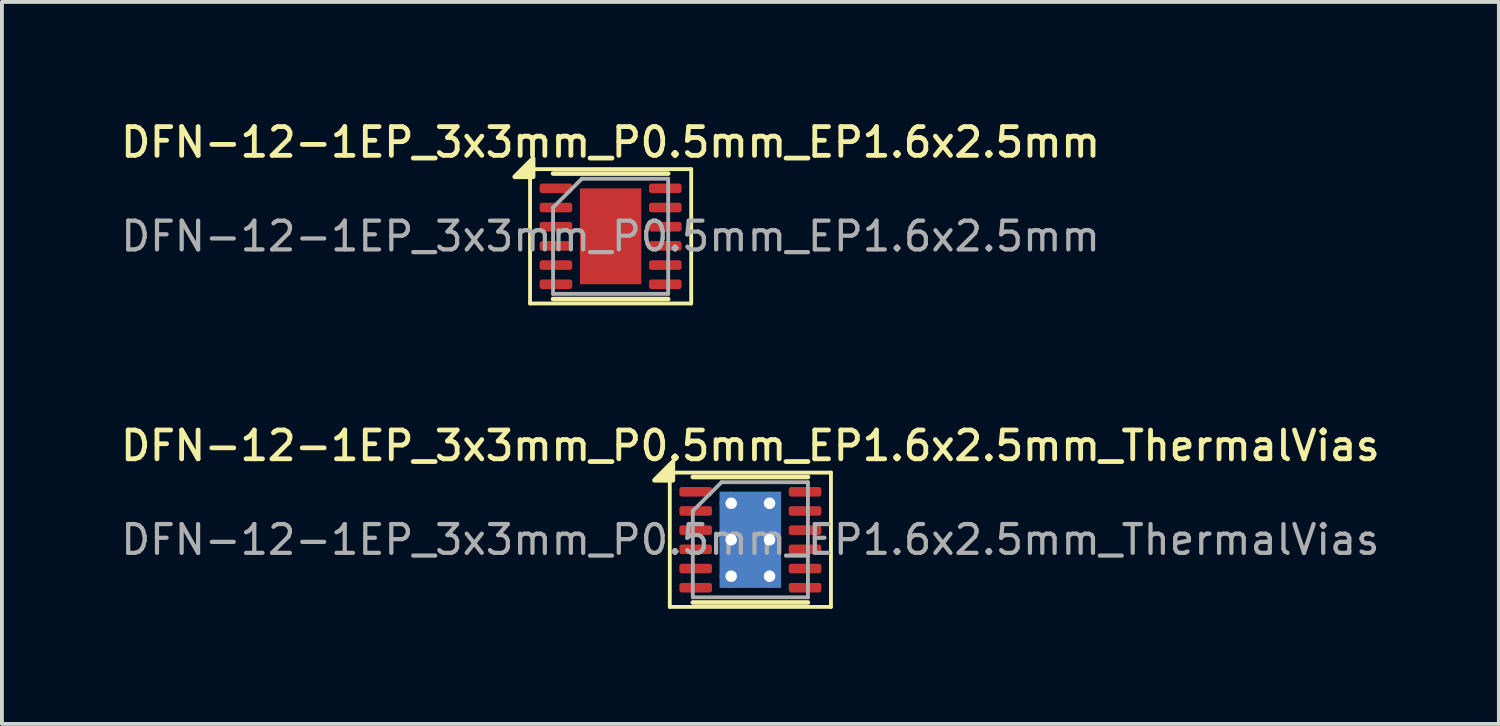
<source format=kicad_pcb>
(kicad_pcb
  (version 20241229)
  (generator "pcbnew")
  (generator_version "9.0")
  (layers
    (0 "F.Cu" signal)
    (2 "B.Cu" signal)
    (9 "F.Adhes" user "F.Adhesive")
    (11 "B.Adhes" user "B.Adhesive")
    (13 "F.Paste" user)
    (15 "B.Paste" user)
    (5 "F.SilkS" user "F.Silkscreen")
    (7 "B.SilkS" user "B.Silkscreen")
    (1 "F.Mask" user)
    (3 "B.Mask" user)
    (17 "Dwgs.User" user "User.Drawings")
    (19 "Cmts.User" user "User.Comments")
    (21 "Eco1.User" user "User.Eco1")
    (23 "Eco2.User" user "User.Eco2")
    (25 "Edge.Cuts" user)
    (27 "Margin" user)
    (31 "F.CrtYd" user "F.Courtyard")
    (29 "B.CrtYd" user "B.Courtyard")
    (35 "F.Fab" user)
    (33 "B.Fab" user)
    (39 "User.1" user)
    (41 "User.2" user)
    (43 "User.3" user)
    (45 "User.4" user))
  (footprint "DFN-12-1EP_3x3mm_P0.5mm_EP1.6x2.5mm_ThermalVias"
    (layer "F.Cu")
    (at 16.505 11.016)
    (property "Reference" "DFN-12-1EP_3x3mm_P0.5mm_EP1.6x2.5mm_ThermalVias" (at 0 -2.45 0) (layer "F.SilkS") (effects (font (size 0.75 0.75) (thickness 0.125))))
    (attr smd)
    (fp_line (start -2.1 -1.75) (end -2.1 1.75) (stroke (width 0.1) (type solid)) (layer "F.SilkS"))
    (fp_line (start -2.1 1.75) (end 2.1 1.75) (stroke (width 0.1) (type solid)) (layer "F.SilkS"))
    (fp_line (start -1.5 -1.635) (end 1.5 -1.635) (stroke (width 0.12) (type solid)) (layer "F.SilkS"))
    (fp_line (start -1.5 1.635) (end 1.5 1.635) (stroke (width 0.12) (type solid)) (layer "F.SilkS"))
    (fp_line (start 2.1 -1.75) (end -2.1 -1.75) (stroke (width 0.1) (type solid)) (layer "F.SilkS"))
    (fp_line (start 2.1 1.75) (end 2.1 -1.75) (stroke (width 0.1) (type solid)) (layer "F.SilkS"))
    (fp_poly (pts (xy -2.02 -1.55) (xy -2.5 -1.55) (xy -2.02 -2.03) (xy -2.02 -1.55)) (stroke (width 0.12) (type solid)) (fill yes) (layer "F.SilkS"))
    (fp_line (start -1.5 -0.75) (end -0.75 -1.5) (stroke (width 0.1) (type solid)) (layer "F.Fab"))
    (fp_line (start -1.5 1.5) (end -1.5 -0.75) (stroke (width 0.1) (type solid)) (layer "F.Fab"))
    (fp_line (start -0.75 -1.5) (end 1.5 -1.5) (stroke (width 0.1) (type solid)) (layer "F.Fab"))
    (fp_line (start 1.5 -1.5) (end 1.5 1.5) (stroke (width 0.1) (type solid)) (layer "F.Fab"))
    (fp_line (start 1.5 1.5) (end -1.5 1.5) (stroke (width 0.1) (type solid)) (layer "F.Fab"))
    (fp_text user "${REFERENCE}" (at 0 0 0) (layer "F.Fab") (effects (font (size 0.75 0.75) (thickness 0.11))))
    (pad "" smd roundrect (at -0.4 -0.625) (size 0.64 1.01) (layers "F.Paste") (roundrect_rratio 0.25))
    (pad "" smd roundrect (at -0.4 0.625) (size 0.64 1.01) (layers "F.Paste") (roundrect_rratio 0.25))
    (pad "" smd roundrect (at 0.4 -0.625) (size 0.64 1.01) (layers "F.Paste") (roundrect_rratio 0.25))
    (pad "" smd roundrect (at 0.4 0.625) (size 0.64 1.01) (layers "F.Paste") (roundrect_rratio 0.25))
    (pad "1" smd roundrect (at -1.425 -1.25) (size 0.85 0.25) (layers "F.Cu" "F.Mask" "F.Paste") (roundrect_rratio 0.25))
    (pad "2" smd roundrect (at -1.425 -0.75) (size 0.85 0.25) (layers "F.Cu" "F.Mask" "F.Paste") (roundrect_rratio 0.25))
    (pad "3" smd roundrect (at -1.425 -0.25) (size 0.85 0.25) (layers "F.Cu" "F.Mask" "F.Paste") (roundrect_rratio 0.25))
    (pad "4" smd roundrect (at -1.425 0.25) (size 0.85 0.25) (layers "F.Cu" "F.Mask" "F.Paste") (roundrect_rratio 0.25))
    (pad "5" smd roundrect (at -1.425 0.75) (size 0.85 0.25) (layers "F.Cu" "F.Mask" "F.Paste") (roundrect_rratio 0.25))
    (pad "6" smd roundrect (at -1.425 1.25) (size 0.85 0.25) (layers "F.Cu" "F.Mask" "F.Paste") (roundrect_rratio 0.25))
    (pad "7" smd roundrect (at 1.425 1.25) (size 0.85 0.25) (layers "F.Cu" "F.Mask" "F.Paste") (roundrect_rratio 0.25))
    (pad "8" smd roundrect (at 1.425 0.75) (size 0.85 0.25) (layers "F.Cu" "F.Mask" "F.Paste") (roundrect_rratio 0.25))
    (pad "9" smd roundrect (at 1.425 0.25) (size 0.85 0.25) (layers "F.Cu" "F.Mask" "F.Paste") (roundrect_rratio 0.25))
    (pad "10" smd roundrect (at 1.425 -0.25) (size 0.85 0.25) (layers "F.Cu" "F.Mask" "F.Paste") (roundrect_rratio 0.25))
    (pad "11" smd roundrect (at 1.425 -0.75) (size 0.85 0.25) (layers "F.Cu" "F.Mask" "F.Paste") (roundrect_rratio 0.25))
    (pad "12" smd roundrect (at 1.425 -1.25) (size 0.85 0.25) (layers "F.Cu" "F.Mask" "F.Paste") (roundrect_rratio 0.25))
    (pad "13" thru_hole circle (at -0.5 -0.95) (size 0.6 0.6) (drill 0.3) (property pad_prop_heatsink) (layers "*.Cu"))
    (pad "13" thru_hole circle (at -0.5 0) (size 0.6 0.6) (drill 0.3) (property pad_prop_heatsink) (layers "*.Cu"))
    (pad "13" thru_hole circle (at -0.5 0.95) (size 0.6 0.6) (drill 0.3) (property pad_prop_heatsink) (layers "*.Cu"))
    (pad "13" smd rect (at 0 0) (size 1.6 2.5) (property pad_prop_heatsink) (layers "F.Cu" "F.Mask"))
    (pad "13" smd rect (at 0 0) (size 1.6 2.5) (property pad_prop_heatsink) (layers "B.Cu"))
    (pad "13" thru_hole circle (at 0.5 -0.95) (size 0.6 0.6) (drill 0.3) (property pad_prop_heatsink) (layers "*.Cu"))
    (pad "13" thru_hole circle (at 0.5 0) (size 0.6 0.6) (drill 0.3) (property pad_prop_heatsink) (layers "*.Cu"))
    (pad "13" thru_hole circle (at 0.5 0.95) (size 0.6 0.6) (drill 0.3) (property pad_prop_heatsink) (layers "*.Cu")))
  (footprint "DFN-12-1EP_3x3mm_P0.5mm_EP1.6x2.5mm"
    (layer "F.Cu")
    (at 12.863 3.108)
    (property "Reference" "DFN-12-1EP_3x3mm_P0.5mm_EP1.6x2.5mm" (at 0 -2.45 0) (layer "F.SilkS") (effects (font (size 0.75 0.75) (thickness 0.125))))
    (attr smd)
    (fp_line (start -2.1 -1.75) (end -2.1 1.75) (stroke (width 0.1) (type solid)) (layer "F.SilkS"))
    (fp_line (start -2.1 1.75) (end 2.1 1.75) (stroke (width 0.1) (type solid)) (layer "F.SilkS"))
    (fp_line (start -1.5 -1.635) (end 1.5 -1.635) (stroke (width 0.12) (type solid)) (layer "F.SilkS"))
    (fp_line (start -1.5 1.635) (end 1.5 1.635) (stroke (width 0.12) (type solid)) (layer "F.SilkS"))
    (fp_line (start 2.1 -1.75) (end -2.1 -1.75) (stroke (width 0.1) (type solid)) (layer "F.SilkS"))
    (fp_line (start 2.1 1.75) (end 2.1 -1.75) (stroke (width 0.1) (type solid)) (layer "F.SilkS"))
    (fp_poly (pts (xy -2.02 -1.55) (xy -2.5 -1.55) (xy -2.02 -2.03) (xy -2.02 -1.55)) (stroke (width 0.12) (type solid)) (fill yes) (layer "F.SilkS"))
    (fp_line (start -1.5 -0.75) (end -0.75 -1.5) (stroke (width 0.1) (type solid)) (layer "F.Fab"))
    (fp_line (start -1.5 1.5) (end -1.5 -0.75) (stroke (width 0.1) (type solid)) (layer "F.Fab"))
    (fp_line (start -0.75 -1.5) (end 1.5 -1.5) (stroke (width 0.1) (type solid)) (layer "F.Fab"))
    (fp_line (start 1.5 -1.5) (end 1.5 1.5) (stroke (width 0.1) (type solid)) (layer "F.Fab"))
    (fp_line (start 1.5 1.5) (end -1.5 1.5) (stroke (width 0.1) (type solid)) (layer "F.Fab"))
    (fp_text user "${REFERENCE}" (at 0 0 0) (layer "F.Fab") (effects (font (size 0.75 0.75) (thickness 0.11))))
    (pad "" smd roundrect (at -0.4 -0.625) (size 0.64 1.01) (layers "F.Paste") (roundrect_rratio 0.25))
    (pad "" smd roundrect (at -0.4 0.625) (size 0.64 1.01) (layers "F.Paste") (roundrect_rratio 0.25))
    (pad "" smd roundrect (at 0.4 -0.625) (size 0.64 1.01) (layers "F.Paste") (roundrect_rratio 0.25))
    (pad "" smd roundrect (at 0.4 0.625) (size 0.64 1.01) (layers "F.Paste") (roundrect_rratio 0.25))
    (pad "1" smd roundrect (at -1.425 -1.25) (size 0.85 0.25) (layers "F.Cu" "F.Mask" "F.Paste") (roundrect_rratio 0.25))
    (pad "2" smd roundrect (at -1.425 -0.75) (size 0.85 0.25) (layers "F.Cu" "F.Mask" "F.Paste") (roundrect_rratio 0.25))
    (pad "3" smd roundrect (at -1.425 -0.25) (size 0.85 0.25) (layers "F.Cu" "F.Mask" "F.Paste") (roundrect_rratio 0.25))
    (pad "4" smd roundrect (at -1.425 0.25) (size 0.85 0.25) (layers "F.Cu" "F.Mask" "F.Paste") (roundrect_rratio 0.25))
    (pad "5" smd roundrect (at -1.425 0.75) (size 0.85 0.25) (layers "F.Cu" "F.Mask" "F.Paste") (roundrect_rratio 0.25))
    (pad "6" smd roundrect (at -1.425 1.25) (size 0.85 0.25) (layers "F.Cu" "F.Mask" "F.Paste") (roundrect_rratio 0.25))
    (pad "7" smd roundrect (at 1.425 1.25) (size 0.85 0.25) (layers "F.Cu" "F.Mask" "F.Paste") (roundrect_rratio 0.25))
    (pad "8" smd roundrect (at 1.425 0.75) (size 0.85 0.25) (layers "F.Cu" "F.Mask" "F.Paste") (roundrect_rratio 0.25))
    (pad "9" smd roundrect (at 1.425 0.25) (size 0.85 0.25) (layers "F.Cu" "F.Mask" "F.Paste") (roundrect_rratio 0.25))
    (pad "10" smd roundrect (at 1.425 -0.25) (size 0.85 0.25) (layers "F.Cu" "F.Mask" "F.Paste") (roundrect_rratio 0.25))
    (pad "11" smd roundrect (at 1.425 -0.75) (size 0.85 0.25) (layers "F.Cu" "F.Mask" "F.Paste") (roundrect_rratio 0.25))
    (pad "12" smd roundrect (at 1.425 -1.25) (size 0.85 0.25) (layers "F.Cu" "F.Mask" "F.Paste") (roundrect_rratio 0.25))
    (pad "13" smd rect (at 0 0) (size 1.6 2.5) (property pad_prop_heatsink) (layers "F.Cu" "F.Mask")))
  (gr_rect
    (start -3 -3)
    (end 36.011 15.816)
    (stroke (width 0.1) (type default))
    (fill no)
    (layer "Edge.Cuts")))
</source>
